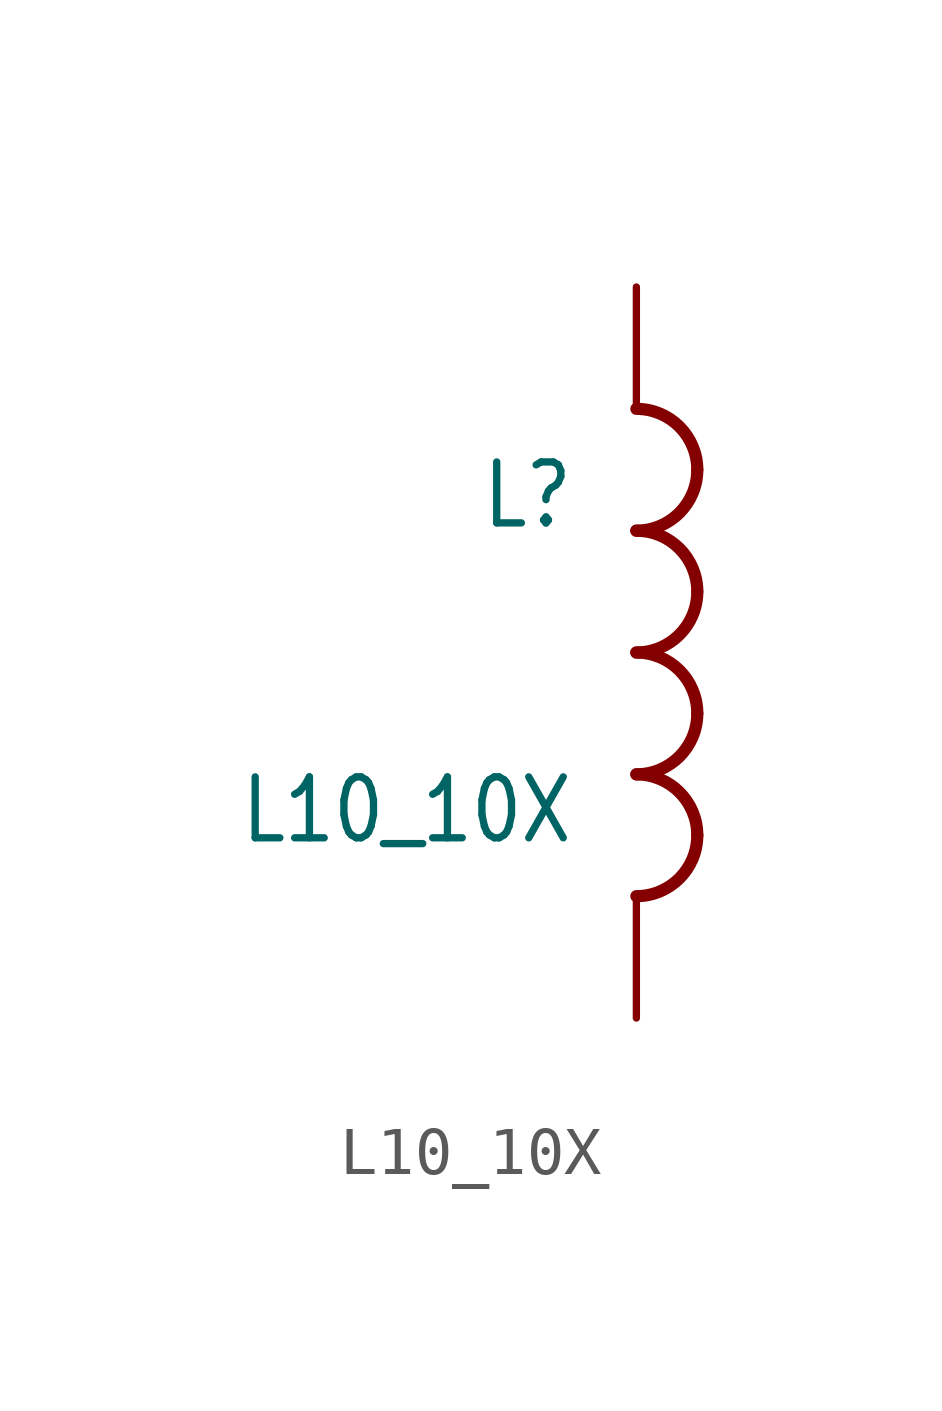
<source format=kicad_sym>
(kicad_symbol_lib
  (version 20201005)
  (generator kicad_symbol_editor)
  (symbol "L10_10X"
    (property "Reference" "L"
      (at -1.27 2.54 0)
      (effects (font (size 1.27 1.079)) (justify right bottom)))
    (property "Value" "L10_10X"
      (at -1.27 -2.54 0)
      (effects (font (size 1.27 1.079)) (justify right top)))
    (property "ki_locked" ""
      (at 0 0 0)
      (effects (font (size 1.27 1.27))))
    (symbol "L10_10X_1_0"
      (arc (start 1.27 -3.81) (end 0 -2.54) (radius (at 0 -3.81) (length 1.27) (angles 0 90)) (stroke (width 0.254)) (fill (type none)))
      (arc (start 0 -5.08) (end 1.27 -3.81) (radius (at 0 -3.81) (length 1.27) (angles -90 0)) (stroke (width 0.254)) (fill (type none)))
      (arc (start 1.27 -1.27) (end 0 0) (radius (at 0 -1.27) (length 1.27) (angles 0 90)) (stroke (width 0.254)) (fill (type none)))
      (arc (start 0 -2.54) (end 1.27 -1.27) (radius (at 0 -1.27) (length 1.27) (angles -90 0)) (stroke (width 0.254)) (fill (type none)))
      (arc (start 1.27 1.27) (end 0 2.54) (radius (at 0 1.27) (length 1.27) (angles 0 90)) (stroke (width 0.254)) (fill (type none)))
      (arc (start 0 0) (end 1.27 1.27) (radius (at 0 1.27) (length 1.27) (angles -90 0)) (stroke (width 0.254)) (fill (type none)))
      (arc (start 1.27 3.81) (end 0 5.08) (radius (at 0 3.81) (length 1.27) (angles 0 90)) (stroke (width 0.254)) (fill (type none)))
      (arc (start 0 2.54) (end 1.27 3.81) (radius (at 0 3.81) (length 1.27) (angles -90 0)) (stroke (width 0.254)) (fill (type none)))
      (pin passive line (at 0 7.62 270) (length 2.54) (name "1" (effects (font (size 0 0)))) (number "P$1" (effects (font (size 0 0)))))
      (pin passive line (at 0 -7.62 90) (length 2.54) (name "2" (effects (font (size 0 0)))) (number "P$2" (effects (font (size 0 0))))))))
</source>
